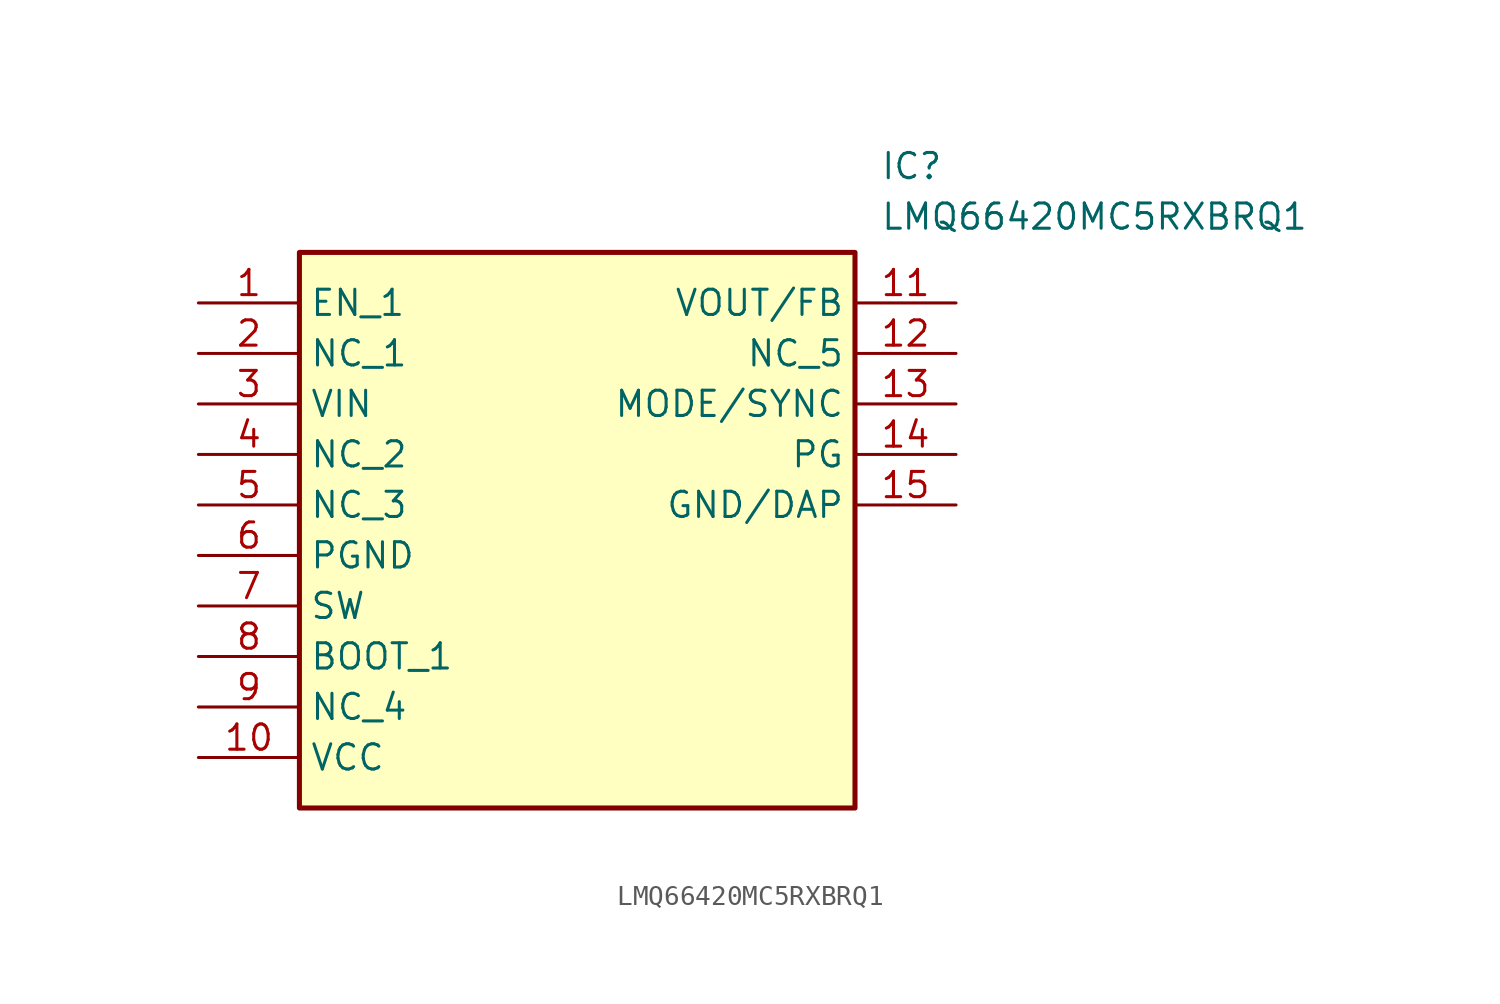
<source format=kicad_sym>
(kicad_symbol_lib
  (version 20220914)
  (generator kicad_symbol_editor)
  (symbol "LMQ66420MC5RXBRQ1"
    (property "Reference" "IC"
      (at 34.29 7.62 0)
      (effects (font (size 1.27 1.27)) (justify left top)))
    (property "Value" "LMQ66420MC5RXBRQ1"
      (at 34.29 5.08 0)
      (effects (font (size 1.27 1.27)) (justify left top)))
    (symbol "LMQ66420MC5RXBRQ1_1_1"
      (rectangle (start 5.08 2.54) (end 33.02 -25.4) (stroke (width 0.254) (type default)) (fill (type background)))
      (pin passive line (at 0 0 0) (length 5.08) (name "EN_1" (effects (font (size 1.27 1.27)))) (number "1" (effects (font (size 1.27 1.27)))))
      (pin passive line (at 0 -22.86 0) (length 5.08) (name "VCC" (effects (font (size 1.27 1.27)))) (number "10" (effects (font (size 1.27 1.27)))))
      (pin passive line (at 38.1 0 180) (length 5.08) (name "VOUT/FB" (effects (font (size 1.27 1.27)))) (number "11" (effects (font (size 1.27 1.27)))))
      (pin passive line (at 38.1 -2.54 180) (length 5.08) (name "NC_5" (effects (font (size 1.27 1.27)))) (number "12" (effects (font (size 1.27 1.27)))))
      (pin passive line (at 38.1 -5.08 180) (length 5.08) (name "MODE/SYNC" (effects (font (size 1.27 1.27)))) (number "13" (effects (font (size 1.27 1.27)))))
      (pin passive line (at 38.1 -7.62 180) (length 5.08) (name "PG" (effects (font (size 1.27 1.27)))) (number "14" (effects (font (size 1.27 1.27)))))
      (pin passive line (at 38.1 -10.16 180) (length 5.08) (name "GND/DAP" (effects (font (size 1.27 1.27)))) (number "15" (effects (font (size 1.27 1.27)))))
      (pin passive line (at 0 -2.54 0) (length 5.08) (name "NC_1" (effects (font (size 1.27 1.27)))) (number "2" (effects (font (size 1.27 1.27)))))
      (pin passive line (at 0 -5.08 0) (length 5.08) (name "VIN" (effects (font (size 1.27 1.27)))) (number "3" (effects (font (size 1.27 1.27)))))
      (pin passive line (at 0 -7.62 0) (length 5.08) (name "NC_2" (effects (font (size 1.27 1.27)))) (number "4" (effects (font (size 1.27 1.27)))))
      (pin passive line (at 0 -10.16 0) (length 5.08) (name "NC_3" (effects (font (size 1.27 1.27)))) (number "5" (effects (font (size 1.27 1.27)))))
      (pin passive line (at 0 -12.7 0) (length 5.08) (name "PGND" (effects (font (size 1.27 1.27)))) (number "6" (effects (font (size 1.27 1.27)))))
      (pin passive line (at 0 -15.24 0) (length 5.08) (name "SW" (effects (font (size 1.27 1.27)))) (number "7" (effects (font (size 1.27 1.27)))))
      (pin passive line (at 0 -17.78 0) (length 5.08) (name "BOOT_1" (effects (font (size 1.27 1.27)))) (number "8" (effects (font (size 1.27 1.27)))))
      (pin passive line (at 0 -20.32 0) (length 5.08) (name "NC_4" (effects (font (size 1.27 1.27)))) (number "9" (effects (font (size 1.27 1.27))))))))
</source>
